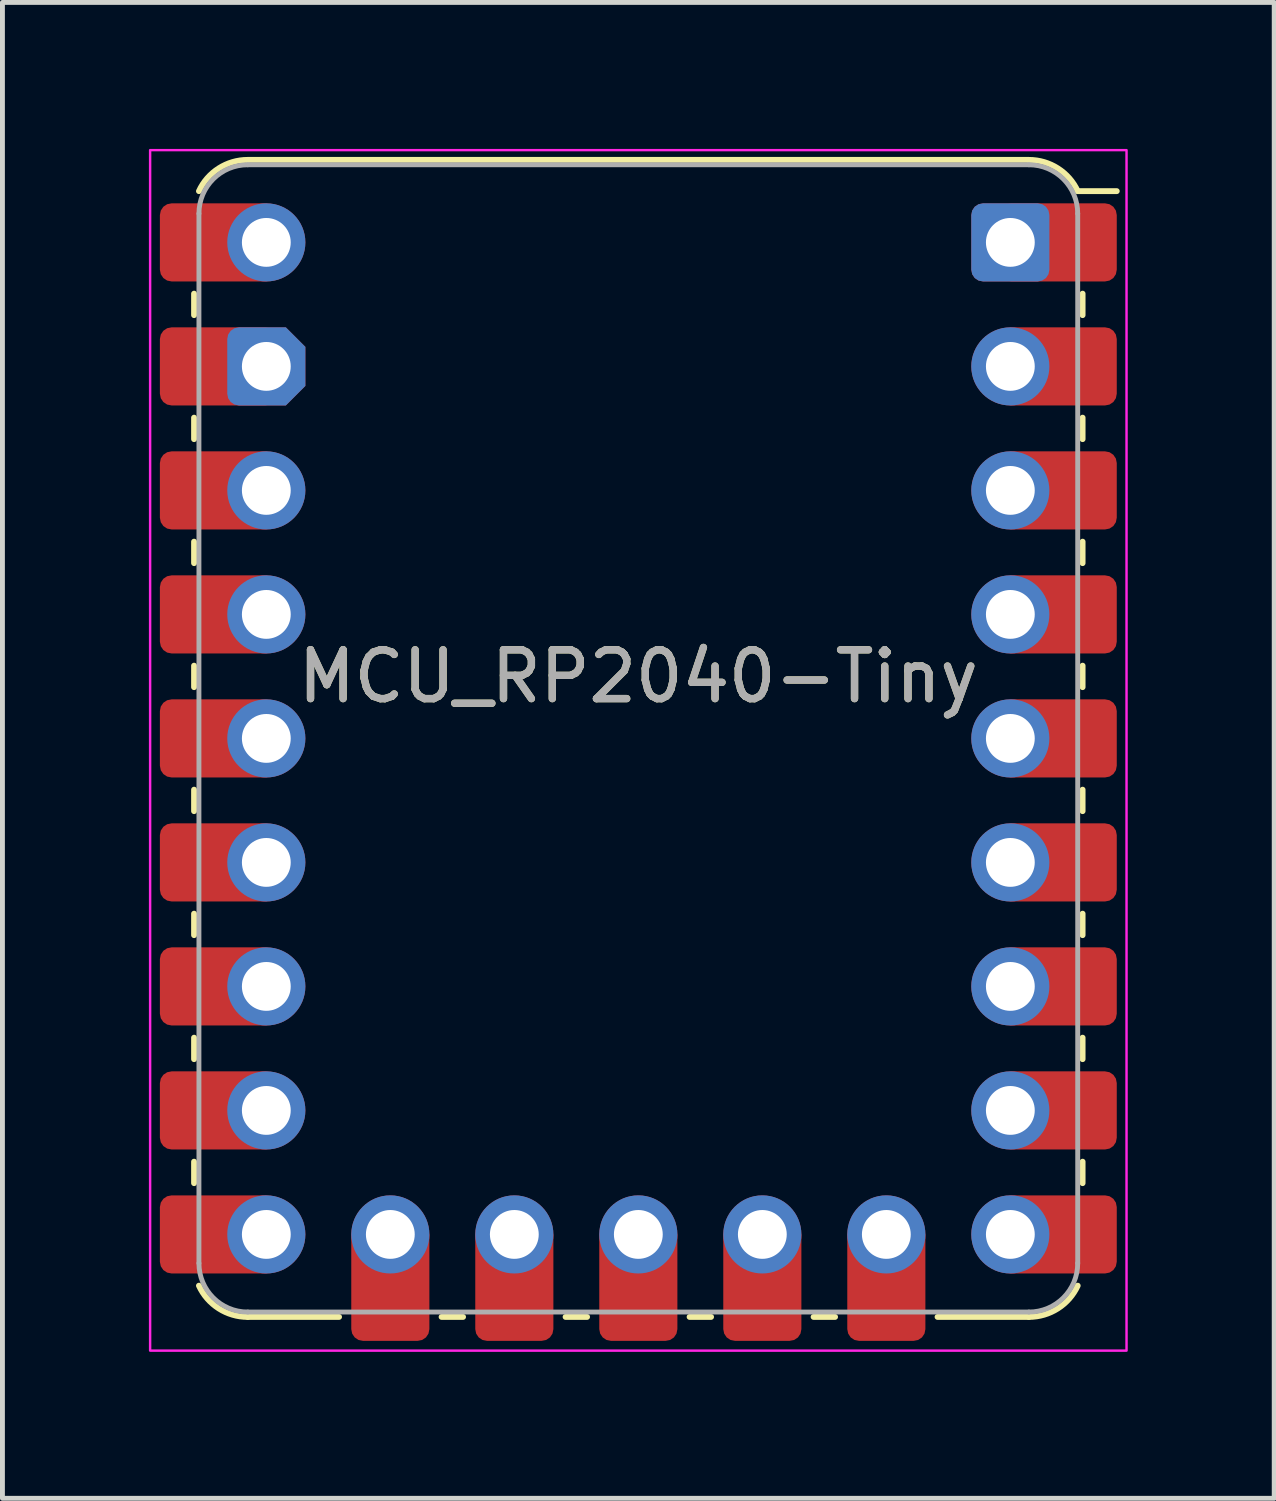
<source format=kicad_pcb>
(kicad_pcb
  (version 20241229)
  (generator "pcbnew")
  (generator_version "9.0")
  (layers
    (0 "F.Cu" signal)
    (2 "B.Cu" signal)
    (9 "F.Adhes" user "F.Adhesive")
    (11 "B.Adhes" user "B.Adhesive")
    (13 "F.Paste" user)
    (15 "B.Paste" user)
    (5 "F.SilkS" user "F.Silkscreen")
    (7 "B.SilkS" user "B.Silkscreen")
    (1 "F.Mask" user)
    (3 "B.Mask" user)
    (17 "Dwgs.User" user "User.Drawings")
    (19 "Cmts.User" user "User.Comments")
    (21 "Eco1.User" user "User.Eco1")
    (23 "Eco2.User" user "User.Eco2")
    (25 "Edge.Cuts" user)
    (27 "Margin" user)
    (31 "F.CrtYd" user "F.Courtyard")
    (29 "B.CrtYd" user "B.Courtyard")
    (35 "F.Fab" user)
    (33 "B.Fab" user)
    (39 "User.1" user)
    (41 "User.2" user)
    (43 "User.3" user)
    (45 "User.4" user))
  (footprint "MCU_RP2040-Tiny"
    (layer "F.Cu")
    (at 10.025 1.915)
    (property "Reference" "MCU_RP2040-Tiny" (at 0 8.89 0) (unlocked yes) (layer "F.SilkS") (effects (font (size 1 1) (thickness 0.15))))
    (attr through_hole)
    (fp_line (start -9.1 1.49) (end -9.1 1.05) (stroke (width 0.12) (type default)) (layer "F.SilkS"))
    (fp_line (start -9.1 4.03) (end -9.1 3.59) (stroke (width 0.12) (type default)) (layer "F.SilkS"))
    (fp_line (start -9.1 6.57) (end -9.1 6.13) (stroke (width 0.12) (type default)) (layer "F.SilkS"))
    (fp_line (start -9.1 9.11) (end -9.1 8.67) (stroke (width 0.12) (type default)) (layer "F.SilkS"))
    (fp_line (start -9.1 11.65) (end -9.1 11.21) (stroke (width 0.12) (type default)) (layer "F.SilkS"))
    (fp_line (start -9.1 13.75) (end -9.1 14.19) (stroke (width 0.12) (type default)) (layer "F.SilkS"))
    (fp_line (start -9.1 16.73) (end -9.1 16.29) (stroke (width 0.12) (type default)) (layer "F.SilkS"))
    (fp_line (start -9.1 19.27) (end -9.1 18.83) (stroke (width 0.12) (type default)) (layer "F.SilkS"))
    (fp_line (start -8 -1.69) (end 8 -1.69) (stroke (width 0.12) (type default)) (layer "F.SilkS"))
    (fp_line (start -8 22.01) (end -6.13 22.01) (stroke (width 0.12) (type default)) (layer "F.SilkS"))
    (fp_line (start -4.03 22.01) (end -3.59 22.01) (stroke (width 0.12) (type default)) (layer "F.SilkS"))
    (fp_line (start -1.49 22.01) (end -1.05 22.01) (stroke (width 0.12) (type default)) (layer "F.SilkS"))
    (fp_line (start 1.49 22.01) (end 1.05 22.01) (stroke (width 0.12) (type default)) (layer "F.SilkS"))
    (fp_line (start 4.03 22.01) (end 3.59 22.01) (stroke (width 0.12) (type default)) (layer "F.SilkS"))
    (fp_line (start 6.129 22.01) (end 7.999 22.01) (stroke (width 0.12) (type default)) (layer "F.SilkS"))
    (fp_line (start 9 -1.05) (end 9.8 -1.05) (stroke (width 0.12) (type default)) (layer "F.SilkS"))
    (fp_line (start 9.1 1.49) (end 9.1 1.05) (stroke (width 0.12) (type default)) (layer "F.SilkS"))
    (fp_line (start 9.1 4.03) (end 9.1 3.59) (stroke (width 0.12) (type default)) (layer "F.SilkS"))
    (fp_line (start 9.1 6.57) (end 9.1 6.13) (stroke (width 0.12) (type default)) (layer "F.SilkS"))
    (fp_line (start 9.1 9.11) (end 9.1 8.67) (stroke (width 0.12) (type default)) (layer "F.SilkS"))
    (fp_line (start 9.1 11.65) (end 9.1 11.21) (stroke (width 0.12) (type default)) (layer "F.SilkS"))
    (fp_line (start 9.1 13.75) (end 9.1 14.19) (stroke (width 0.12) (type default)) (layer "F.SilkS"))
    (fp_line (start 9.1 16.73) (end 9.1 16.29) (stroke (width 0.12) (type default)) (layer "F.SilkS"))
    (fp_line (start 9.1 19.27) (end 9.1 18.83) (stroke (width 0.12) (type default)) (layer "F.SilkS"))
    (fp_arc (start -9 -1.05) (mid -8.593829 -1.516805) (end -8 -1.69) (stroke (width 0.12) (type default)) (layer "F.SilkS"))
    (fp_arc (start -8 22.01) (mid -8.593919 21.836748) (end -9 21.37) (stroke (width 0.12) (type default)) (layer "F.SilkS"))
    (fp_arc (start 8 -1.69) (mid 8.593437 -1.516193) (end 9 -1.05) (stroke (width 0.12) (type default)) (layer "F.SilkS"))
    (fp_arc (start 9 21.37) (mid 8.593527 21.836136) (end 8 22.01) (stroke (width 0.12) (type default)) (layer "F.SilkS"))
    (fp_rect (start -10 -1.89) (end 10 22.7) (stroke (width 0.05) (type solid)) (fill no) (layer "F.CrtYd"))
    (fp_line (start -9 20.91) (end -9 -0.59) (stroke (width 0.1) (type default)) (layer "F.Fab"))
    (fp_line (start -8 -1.59) (end 8 -1.59) (stroke (width 0.1) (type default)) (layer "F.Fab"))
    (fp_line (start 8 21.91) (end -8 21.91) (stroke (width 0.1) (type default)) (layer "F.Fab"))
    (fp_line (start 9 -0.59) (end 9 20.91) (stroke (width 0.1) (type default)) (layer "F.Fab"))
    (fp_arc (start -9 -0.59) (mid -8.707107 -1.297107) (end -8 -1.59) (stroke (width 0.1) (type default)) (layer "F.Fab"))
    (fp_arc (start -8 21.91) (mid -8.707107 21.617107) (end -9 20.91) (stroke (width 0.1) (type default)) (layer "F.Fab"))
    (fp_arc (start 8 -1.59) (mid 8.707107 -1.297107) (end 9 -0.59) (stroke (width 0.1) (type default)) (layer "F.Fab"))
    (fp_arc (start 9 20.91) (mid 8.707107 21.617107) (end 8 21.91) (stroke (width 0.1) (type default)) (layer "F.Fab"))
    (fp_text user "${REFERENCE}" (at 0 8.89 0) (unlocked yes) (layer "F.Fab") (effects (font (size 1 1) (thickness 0.15))))
    (pad "1" thru_hole roundrect (at 7.62 0 270) (size 1.6 1.6) (drill 1) (layers "*.Cu" "*.Mask") (roundrect_rratio 0.15))
    (pad "1" smd roundrect (at 8.2 0 180) (size 2.4 1.6) (drill (offset -0.4 0)) (layers "F.Cu" "F.Mask" "F.Paste") (roundrect_rratio 0.15))
    (pad "2" thru_hole circle (at 7.62 2.54 270) (size 1.6 1.6) (drill 1) (layers "*.Cu" "*.Mask"))
    (pad "2" smd roundrect (at 8.2 2.54) (size 2.4 1.6) (drill (offset 0.4 0)) (layers "F.Cu" "F.Mask" "F.Paste") (roundrect_rratio 0.15))
    (pad "3" thru_hole circle (at 7.62 5.08 270) (size 1.6 1.6) (drill 1) (layers "*.Cu" "*.Mask"))
    (pad "3" smd roundrect (at 8.2 5.08) (size 2.4 1.6) (drill (offset 0.4 0)) (layers "F.Cu" "F.Mask" "F.Paste") (roundrect_rratio 0.15))
    (pad "4" thru_hole circle (at 7.62 7.62 270) (size 1.6 1.6) (drill 1) (layers "*.Cu" "*.Mask"))
    (pad "4" smd roundrect (at 8.2 7.62) (size 2.4 1.6) (drill (offset 0.4 0)) (layers "F.Cu" "F.Mask" "F.Paste") (roundrect_rratio 0.15))
    (pad "5" thru_hole circle (at 7.62 10.16 270) (size 1.6 1.6) (drill 1) (layers "*.Cu" "*.Mask"))
    (pad "5" smd roundrect (at 8.2 10.16) (size 2.4 1.6) (drill (offset 0.4 0)) (layers "F.Cu" "F.Mask" "F.Paste") (roundrect_rratio 0.15))
    (pad "6" thru_hole circle (at 7.62 12.7 270) (size 1.6 1.6) (drill 1) (layers "*.Cu" "*.Mask"))
    (pad "6" smd roundrect (at 8.2 12.7) (size 2.4 1.6) (drill (offset 0.4 0)) (layers "F.Cu" "F.Mask" "F.Paste") (roundrect_rratio 0.15))
    (pad "7" thru_hole circle (at 7.62 15.24 270) (size 1.6 1.6) (drill 1) (layers "*.Cu" "*.Mask"))
    (pad "7" smd roundrect (at 8.2 15.24) (size 2.4 1.6) (drill (offset 0.4 0)) (layers "F.Cu" "F.Mask" "F.Paste") (roundrect_rratio 0.15))
    (pad "8" thru_hole circle (at 7.62 17.78 270) (size 1.6 1.6) (drill 1) (layers "*.Cu" "*.Mask"))
    (pad "8" smd roundrect (at 8.2 17.78) (size 2.4 1.6) (drill (offset 0.4 0)) (layers "F.Cu" "F.Mask" "F.Paste") (roundrect_rratio 0.15))
    (pad "9" thru_hole circle (at 7.62 20.32 270) (size 1.6 1.6) (drill 1) (layers "*.Cu" "*.Mask"))
    (pad "9" smd roundrect (at 8.2 20.32) (size 2.4 1.6) (drill (offset 0.4 0)) (layers "F.Cu" "F.Mask" "F.Paste") (roundrect_rratio 0.15))
    (pad "10" thru_hole circle (at 5.08 20.32) (size 1.6 1.6) (drill 1) (layers "*.Cu" "*.Mask"))
    (pad "10" smd roundrect (at 5.08 20.9 90) (size 2.4 1.6) (drill (offset -0.4 0)) (layers "F.Cu" "F.Mask" "F.Paste") (roundrect_rratio 0.15))
    (pad "11" thru_hole circle (at 2.54 20.32) (size 1.6 1.6) (drill 1) (layers "*.Cu" "*.Mask"))
    (pad "11" smd roundrect (at 2.54 20.9 90) (size 2.4 1.6) (drill (offset -0.4 0)) (layers "F.Cu" "F.Mask" "F.Paste") (roundrect_rratio 0.15))
    (pad "12" thru_hole circle (at 0 20.32) (size 1.6 1.6) (drill 1) (layers "*.Cu" "*.Mask"))
    (pad "12" smd roundrect (at 0 20.9 90) (size 2.4 1.6) (drill (offset -0.4 0)) (layers "F.Cu" "F.Mask" "F.Paste") (roundrect_rratio 0.15))
    (pad "13" thru_hole circle (at -2.54 20.32) (size 1.6 1.6) (drill 1) (layers "*.Cu" "*.Mask"))
    (pad "13" smd roundrect (at -2.54 20.9 90) (size 2.4 1.6) (drill (offset -0.4 0)) (layers "F.Cu" "F.Mask" "F.Paste") (roundrect_rratio 0.15))
    (pad "14" thru_hole circle (at -5.08 20.32) (size 1.6 1.6) (drill 1) (layers "*.Cu" "*.Mask"))
    (pad "14" smd roundrect (at -5.08 20.9 90) (size 2.4 1.6) (drill (offset -0.4 0)) (layers "F.Cu" "F.Mask" "F.Paste") (roundrect_rratio 0.15))
    (pad "15" smd roundrect (at -8.2 20.32) (size 2.4 1.6) (drill (offset -0.4 0)) (layers "F.Cu" "F.Mask" "F.Paste") (roundrect_rratio 0.15))
    (pad "15" thru_hole circle (at -7.62 20.32 270) (size 1.6 1.6) (drill 1) (layers "*.Cu" "*.Mask"))
    (pad "16" smd roundrect (at -8.2 17.78) (size 2.4 1.6) (drill (offset -0.4 0)) (layers "F.Cu" "F.Mask" "F.Paste") (roundrect_rratio 0.15))
    (pad "16" thru_hole circle (at -7.62 17.78 270) (size 1.6 1.6) (drill 1) (layers "*.Cu" "*.Mask"))
    (pad "17" smd roundrect (at -8.2 15.24) (size 2.4 1.6) (drill (offset -0.4 0)) (layers "F.Cu" "F.Mask" "F.Paste") (roundrect_rratio 0.15))
    (pad "17" thru_hole circle (at -7.62 15.24 270) (size 1.6 1.6) (drill 1) (layers "*.Cu" "*.Mask"))
    (pad "18" smd roundrect (at -8.2 12.7) (size 2.4 1.6) (drill (offset -0.4 0)) (layers "F.Cu" "F.Mask" "F.Paste") (roundrect_rratio 0.15))
    (pad "18" thru_hole circle (at -7.62 12.7 270) (size 1.6 1.6) (drill 1) (layers "*.Cu" "*.Mask"))
    (pad "19" smd roundrect (at -8.2 10.16) (size 2.4 1.6) (drill (offset -0.4 0)) (layers "F.Cu" "F.Mask" "F.Paste") (roundrect_rratio 0.15))
    (pad "19" thru_hole circle (at -7.62 10.16 270) (size 1.6 1.6) (drill 1) (layers "*.Cu" "*.Mask"))
    (pad "20" smd roundrect (at -8.2 7.62) (size 2.4 1.6) (drill (offset -0.4 0)) (layers "F.Cu" "F.Mask" "F.Paste") (roundrect_rratio 0.15))
    (pad "20" thru_hole circle (at -7.62 7.62 270) (size 1.6 1.6) (drill 1) (layers "*.Cu" "*.Mask"))
    (pad "21" smd roundrect (at -8.2 5.08) (size 2.4 1.6) (drill (offset -0.4 0)) (layers "F.Cu" "F.Mask" "F.Paste") (roundrect_rratio 0.15))
    (pad "21" thru_hole circle (at -7.62 5.08 270) (size 1.6 1.6) (drill 1) (layers "*.Cu" "*.Mask"))
    (pad "22" smd roundrect (at -8.2 2.54) (size 2.4 1.6) (drill (offset -0.4 0)) (layers "F.Cu" "F.Mask" "F.Paste") (roundrect_rratio 0.15))
    (pad "22" thru_hole roundrect (at -7.62 2.54 270) (size 1.6 1.6) (drill 1) (layers "*.Cu" "*.Mask") (roundrect_rratio 0.15) (chamfer_ratio 0.25) (chamfer top_left top_right))
    (pad "23" smd roundrect (at -8.2 0) (size 2.4 1.6) (drill (offset -0.4 0)) (layers "F.Cu" "F.Mask" "F.Paste") (roundrect_rratio 0.15))
    (pad "23" thru_hole circle (at -7.62 0 270) (size 1.6 1.6) (drill 1) (layers "*.Cu" "*.Mask")))
  (gr_rect
    (start -3 -3)
    (end 23.05 27.64)
    (stroke (width 0.1) (type default))
    (fill no)
    (layer "Edge.Cuts")))
</source>
